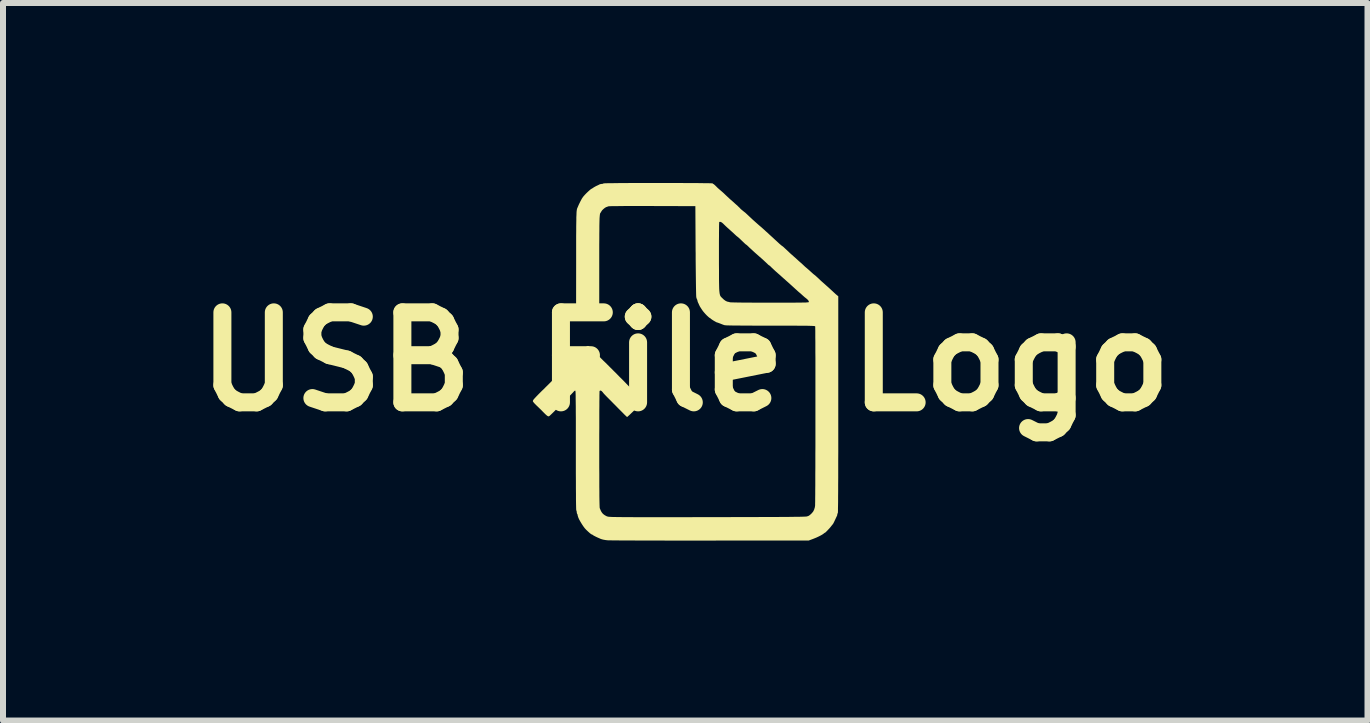
<source format=kicad_pcb>
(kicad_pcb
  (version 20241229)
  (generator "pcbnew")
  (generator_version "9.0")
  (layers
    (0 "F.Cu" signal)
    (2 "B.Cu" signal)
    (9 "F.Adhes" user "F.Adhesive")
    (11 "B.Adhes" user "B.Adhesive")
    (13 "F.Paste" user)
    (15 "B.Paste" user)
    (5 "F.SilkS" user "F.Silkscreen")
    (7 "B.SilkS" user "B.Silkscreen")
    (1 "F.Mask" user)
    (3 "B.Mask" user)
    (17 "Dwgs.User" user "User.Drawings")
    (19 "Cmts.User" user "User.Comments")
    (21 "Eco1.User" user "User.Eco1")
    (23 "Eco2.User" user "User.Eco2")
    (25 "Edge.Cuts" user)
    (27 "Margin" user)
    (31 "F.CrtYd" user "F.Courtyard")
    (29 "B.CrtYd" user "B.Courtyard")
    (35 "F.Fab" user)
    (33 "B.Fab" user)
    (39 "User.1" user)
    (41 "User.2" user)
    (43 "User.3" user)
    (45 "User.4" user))
  (footprint "USB File Logo"
    (layer "F.Cu")
    (at 8.371 2.978)
    (property "Reference" "USB File Logo" (at 0 0 0) (layer "F.SilkS") (effects (font (size 1.5 1.5) (thickness 0.3))))
    (attr board_only exclude_from_pos_files exclude_from_bom)
    (fp_poly (pts (xy -0.395 -2.978) (xy -0.295 -2.978) (xy -0.196 -2.978) (xy -0.1 -2.978) (xy -0.008 -2.977) (xy 0.079 -2.977) (xy 0.159 -2.977) (xy 0.233 -2.976) (xy 0.298 -2.975) (xy 0.353 -2.974) (xy 0.398 -2.974) (xy 0.431 -2.973) (xy 0.451 -2.972) (xy 0.458 -2.971) (xy 0.463 -2.963) (xy 0.466 -2.963) (xy 0.475 -2.958) (xy 0.491 -2.945) (xy 0.511 -2.926) (xy 0.518 -2.919) (xy 0.543 -2.894) (xy 0.568 -2.872) (xy 0.588 -2.855) (xy 0.59 -2.853) (xy 0.61 -2.836) (xy 0.635 -2.814) (xy 0.656 -2.794) (xy 0.679 -2.772) (xy 0.709 -2.744) (xy 0.739 -2.716) (xy 0.75 -2.706) (xy 0.795 -2.667) (xy 0.83 -2.635) (xy 0.856 -2.612) (xy 0.876 -2.594) (xy 0.89 -2.58) (xy 0.901 -2.57) (xy 0.909 -2.562) (xy 0.914 -2.556) (xy 0.93 -2.54) (xy 0.953 -2.521) (xy 0.975 -2.503) (xy 1.002 -2.482) (xy 1.029 -2.457) (xy 1.046 -2.441) (xy 1.066 -2.422) (xy 1.094 -2.396) (xy 1.127 -2.365) (xy 1.164 -2.332) (xy 1.2 -2.3) (xy 1.234 -2.27) (xy 1.252 -2.255) (xy 1.273 -2.237) (xy 1.301 -2.212) (xy 1.33 -2.186) (xy 1.34 -2.176) (xy 1.37 -2.15) (xy 1.405 -2.117) (xy 1.44 -2.085) (xy 1.46 -2.067) (xy 1.491 -2.038) (xy 1.524 -2.008) (xy 1.552 -1.982) (xy 1.568 -1.967) (xy 1.589 -1.949) (xy 1.606 -1.935) (xy 1.615 -1.928) (xy 1.616 -1.928) (xy 1.623 -1.923) (xy 1.639 -1.91) (xy 1.66 -1.89) (xy 1.683 -1.869) (xy 1.712 -1.842) (xy 1.74 -1.815) (xy 1.765 -1.792) (xy 1.778 -1.781) (xy 1.797 -1.765) (xy 1.81 -1.752) (xy 1.815 -1.748) (xy 1.822 -1.742) (xy 1.838 -1.728) (xy 1.86 -1.708) (xy 1.886 -1.684) (xy 1.886 -1.684) (xy 1.915 -1.658) (xy 1.943 -1.634) (xy 1.965 -1.613) (xy 1.977 -1.602) (xy 1.998 -1.582) (xy 2.023 -1.561) (xy 2.03 -1.555) (xy 2.052 -1.536) (xy 2.078 -1.513) (xy 2.093 -1.499) (xy 2.116 -1.478) (xy 2.139 -1.458) (xy 2.152 -1.448) (xy 2.171 -1.433) (xy 2.195 -1.411) (xy 2.216 -1.392) (xy 2.236 -1.373) (xy 2.263 -1.347) (xy 2.296 -1.318) (xy 2.331 -1.287) (xy 2.344 -1.275) (xy 2.377 -1.246) (xy 2.409 -1.217) (xy 2.437 -1.191) (xy 2.458 -1.172) (xy 2.464 -1.166) (xy 2.488 -1.144) (xy 2.512 -1.122) (xy 2.523 -1.113) (xy 2.551 -1.09) (xy 2.551 0.713) (xy 2.551 0.932) (xy 2.551 1.135) (xy 2.551 1.324) (xy 2.551 1.499) (xy 2.55 1.659) (xy 2.55 1.805) (xy 2.55 1.938) (xy 2.549 2.056) (xy 2.549 2.16) (xy 2.548 2.251) (xy 2.548 2.329) (xy 2.547 2.393) (xy 2.546 2.444) (xy 2.546 2.483) (xy 2.545 2.508) (xy 2.544 2.521) (xy 2.543 2.523) (xy 2.536 2.537) (xy 2.535 2.545) (xy 2.532 2.563) (xy 2.529 2.571) (xy 2.522 2.584) (xy 2.512 2.606) (xy 2.499 2.634) (xy 2.494 2.644) (xy 2.481 2.672) (xy 2.47 2.693) (xy 2.463 2.706) (xy 2.461 2.708) (xy 2.454 2.716) (xy 2.442 2.731) (xy 2.435 2.74) (xy 2.421 2.758) (xy 2.402 2.78) (xy 2.38 2.803) (xy 2.36 2.824) (xy 2.343 2.841) (xy 2.332 2.85) (xy 2.33 2.851) (xy 2.321 2.855) (xy 2.31 2.864) (xy 2.291 2.878) (xy 2.262 2.895) (xy 2.225 2.914) (xy 2.184 2.933) (xy 2.142 2.95) (xy 2.124 2.957) (xy 2.059 2.981) (xy 0.409 2.982) (xy 0.252 2.982) (xy 0.098 2.982) (xy -0.051 2.982) (xy -0.195 2.982) (xy -0.334 2.982) (xy -0.466 2.981) (xy -0.591 2.981) (xy -0.709 2.981) (xy -0.817 2.981) (xy -0.917 2.98) (xy -1.007 2.98) (xy -1.086 2.98) (xy -1.153 2.979) (xy -1.209 2.979) (xy -1.252 2.978) (xy -1.281 2.978) (xy -1.297 2.977) (xy -1.298 2.977) (xy -1.331 2.973) (xy -1.364 2.967) (xy -1.388 2.961) (xy -1.409 2.954) (xy -1.436 2.942) (xy -1.466 2.929) (xy -1.495 2.915) (xy -1.52 2.902) (xy -1.537 2.892) (xy -1.544 2.886) (xy -1.553 2.881) (xy -1.556 2.881) (xy -1.568 2.875) (xy -1.589 2.859) (xy -1.618 2.833) (xy -1.649 2.804) (xy -1.674 2.777) (xy -1.7 2.742) (xy -1.725 2.704) (xy -1.749 2.664) (xy -1.77 2.626) (xy -1.784 2.593) (xy -1.792 2.567) (xy -1.793 2.559) (xy -1.796 2.544) (xy -1.8 2.539) (xy -1.805 2.529) (xy -1.808 2.511) (xy -1.808 2.509) (xy -1.81 2.491) (xy -1.815 2.48) (xy -1.815 2.479) (xy -1.817 2.471) (xy -1.818 2.448) (xy -1.819 2.409) (xy -1.82 2.356) (xy -1.821 2.288) (xy -1.821 2.205) (xy -1.822 2.107) (xy -1.822 1.994) (xy -1.823 1.866) (xy -1.823 1.723) (xy -1.823 1.565) (xy -1.823 1.483) (xy -1.823 1.327) (xy -1.823 1.185) (xy -1.823 1.058) (xy -1.823 0.944) (xy -1.824 0.844) (xy -1.824 0.757) (xy -1.825 0.683) (xy -1.826 0.621) (xy -1.826 0.571) (xy -1.827 0.533) (xy -1.828 0.506) (xy -1.83 0.49) (xy -1.831 0.484) (xy -1.839 0.483) (xy -1.853 0.493) (xy -1.861 0.503) (xy -1.874 0.517) (xy -1.895 0.539) (xy -1.923 0.568) (xy -1.957 0.602) (xy -1.994 0.64) (xy -2.034 0.681) (xy -2.075 0.722) (xy -2.116 0.762) (xy -2.154 0.8) (xy -2.189 0.835) (xy -2.219 0.864) (xy -2.242 0.886) (xy -2.258 0.901) (xy -2.263 0.905) (xy -2.273 0.911) (xy -2.283 0.911) (xy -2.295 0.906) (xy -2.311 0.894) (xy -2.333 0.874) (xy -2.363 0.844) (xy -2.368 0.839) (xy -2.399 0.807) (xy -2.433 0.774) (xy -2.465 0.743) (xy -2.481 0.728) (xy -2.505 0.704) (xy -2.524 0.683) (xy -2.536 0.667) (xy -2.539 0.662) (xy -2.539 0.654) (xy -2.535 0.643) (xy -2.525 0.628) (xy -2.507 0.608) (xy -2.48 0.579) (xy -2.474 0.573) (xy -2.446 0.544) (xy -2.42 0.518) (xy -2.398 0.496) (xy -2.384 0.482) (xy -2.383 0.481) (xy -2.373 0.472) (xy -2.353 0.453) (xy -2.326 0.425) (xy -2.291 0.391) (xy -2.251 0.351) (xy -2.206 0.306) (xy -2.157 0.257) (xy -2.106 0.206) (xy -2.053 0.154) (xy -2.001 0.102) (xy -1.95 0.051) (xy -1.901 0.002) (xy -1.856 -0.044) (xy -1.815 -0.084) (xy -1.781 -0.119) (xy -1.753 -0.147) (xy -1.733 -0.167) (xy -1.724 -0.177) (xy -1.689 -0.213) (xy -1.662 -0.238) (xy -1.642 -0.254) (xy -1.627 -0.261) (xy -1.62 -0.262) (xy -1.609 -0.259) (xy -1.594 -0.248) (xy -1.572 -0.229) (xy -1.543 -0.2) (xy -1.512 -0.167) (xy -1.475 -0.129) (xy -1.436 -0.089) (xy -1.398 -0.05) (xy -1.364 -0.016) (xy -1.351 -0.004) (xy -1.328 0.018) (xy -1.298 0.048) (xy -1.263 0.083) (xy -1.224 0.122) (xy -1.182 0.164) (xy -1.139 0.207) (xy -1.097 0.25) (xy -1.057 0.29) (xy -1.02 0.327) (xy -0.988 0.36) (xy -0.963 0.386) (xy -0.946 0.403) (xy -0.939 0.411) (xy -0.927 0.423) (xy -0.92 0.428) (xy -0.913 0.433) (xy -0.898 0.447) (xy -0.876 0.468) (xy -0.849 0.495) (xy -0.823 0.521) (xy -0.793 0.552) (xy -0.766 0.578) (xy -0.744 0.599) (xy -0.729 0.611) (xy -0.723 0.615) (xy -0.714 0.621) (xy -0.706 0.636) (xy -0.705 0.638) (xy -0.696 0.661) (xy -0.83 0.792) (xy -0.866 0.828) (xy -0.9 0.86) (xy -0.928 0.887) (xy -0.95 0.907) (xy -0.964 0.919) (xy -0.969 0.923) (xy -0.975 0.918) (xy -0.991 0.903) (xy -1.014 0.881) (xy -1.043 0.851) (xy -1.077 0.817) (xy -1.115 0.779) (xy -1.115 0.779) (xy -1.156 0.737) (xy -1.196 0.697) (xy -1.233 0.659) (xy -1.266 0.626) (xy -1.292 0.6) (xy -1.306 0.586) (xy -1.331 0.56) (xy -1.355 0.535) (xy -1.372 0.514) (xy -1.376 0.508) (xy -1.395 0.489) (xy -1.411 0.481) (xy -1.424 0.485) (xy -1.428 0.492) (xy -1.429 0.501) (xy -1.429 0.524) (xy -1.43 0.56) (xy -1.43 0.608) (xy -1.431 0.668) (xy -1.431 0.738) (xy -1.432 0.818) (xy -1.432 0.907) (xy -1.432 1.003) (xy -1.432 1.107) (xy -1.433 1.216) (xy -1.433 1.33) (xy -1.433 1.449) (xy -1.433 1.463) (xy -1.433 1.615) (xy -1.433 1.752) (xy -1.432 1.875) (xy -1.432 1.984) (xy -1.432 2.081) (xy -1.431 2.165) (xy -1.431 2.237) (xy -1.43 2.297) (xy -1.429 2.346) (xy -1.428 2.385) (xy -1.427 2.414) (xy -1.426 2.432) (xy -1.425 2.442) (xy -1.424 2.443) (xy -1.41 2.477) (xy -1.398 2.501) (xy -1.386 2.519) (xy -1.373 2.534) (xy -1.367 2.54) (xy -1.343 2.558) (xy -1.313 2.575) (xy -1.302 2.579) (xy -1.297 2.581) (xy -1.291 2.582) (xy -1.284 2.584) (xy -1.275 2.585) (xy -1.263 2.586) (xy -1.248 2.587) (xy -1.228 2.588) (xy -1.205 2.589) (xy -1.176 2.589) (xy -1.141 2.59) (xy -1.1 2.59) (xy -1.052 2.591) (xy -0.996 2.591) (xy -0.933 2.591) (xy -0.86 2.592) (xy -0.779 2.592) (xy -0.687 2.592) (xy -0.585 2.592) (xy -0.472 2.592) (xy -0.347 2.592) (xy -0.209 2.592) (xy -0.059 2.592) (xy 0.105 2.592) (xy 0.283 2.591) (xy 0.362 2.591) (xy 0.555 2.591) (xy 0.734 2.591) (xy 0.899 2.59) (xy 1.05 2.59) (xy 1.188 2.59) (xy 1.313 2.589) (xy 1.427 2.589) (xy 1.529 2.589) (xy 1.62 2.588) (xy 1.7 2.588) (xy 1.77 2.587) (xy 1.831 2.586) (xy 1.882 2.586) (xy 1.925 2.585) (xy 1.96 2.584) (xy 1.987 2.583) (xy 2.007 2.582) (xy 2.02 2.581) (xy 2.027 2.58) (xy 2.053 2.572) (xy 2.075 2.558) (xy 2.1 2.536) (xy 2.104 2.532) (xy 2.131 2.501) (xy 2.148 2.468) (xy 2.16 2.429) (xy 2.164 2.403) (xy 2.165 2.392) (xy 2.165 2.366) (xy 2.166 2.328) (xy 2.166 2.277) (xy 2.167 2.215) (xy 2.167 2.143) (xy 2.168 2.061) (xy 2.168 1.97) (xy 2.168 1.871) (xy 2.169 1.766) (xy 2.169 1.654) (xy 2.169 1.537) (xy 2.17 1.416) (xy 2.17 1.291) (xy 2.17 1.164) (xy 2.17 1.035) (xy 2.17 0.905) (xy 2.17 0.775) (xy 2.17 0.646) (xy 2.17 0.519) (xy 2.17 0.395) (xy 2.17 0.273) (xy 2.17 0.157) (xy 2.17 0.045) (xy 2.17 -0.06) (xy 2.169 -0.158) (xy 2.169 -0.249) (xy 2.169 -0.331) (xy 2.168 -0.403) (xy 2.168 -0.464) (xy 2.168 -0.515) (xy 2.167 -0.553) (xy 2.167 -0.578) (xy 2.166 -0.589) (xy 2.166 -0.589) (xy 2.163 -0.591) (xy 2.158 -0.592) (xy 2.148 -0.594) (xy 2.133 -0.595) (xy 2.112 -0.596) (xy 2.085 -0.597) (xy 2.05 -0.598) (xy 2.007 -0.599) (xy 1.955 -0.599) (xy 1.892 -0.599) (xy 1.819 -0.6) (xy 1.734 -0.6) (xy 1.636 -0.6) (xy 1.525 -0.6) (xy 1.42 -0.6) (xy 1.285 -0.6) (xy 1.166 -0.6) (xy 1.06 -0.601) (xy 0.967 -0.601) (xy 0.888 -0.602) (xy 0.821 -0.602) (xy 0.766 -0.603) (xy 0.722 -0.604) (xy 0.69 -0.605) (xy 0.667 -0.607) (xy 0.655 -0.608) (xy 0.653 -0.609) (xy 0.631 -0.616) (xy 0.603 -0.627) (xy 0.583 -0.635) (xy 0.559 -0.644) (xy 0.54 -0.651) (xy 0.532 -0.653) (xy 0.522 -0.656) (xy 0.504 -0.666) (xy 0.481 -0.679) (xy 0.458 -0.693) (xy 0.438 -0.707) (xy 0.424 -0.717) (xy 0.42 -0.722) (xy 0.414 -0.727) (xy 0.411 -0.728) (xy 0.401 -0.733) (xy 0.384 -0.748) (xy 0.362 -0.768) (xy 0.338 -0.793) (xy 0.315 -0.819) (xy 0.295 -0.843) (xy 0.281 -0.863) (xy 0.262 -0.892) (xy 0.25 -0.911) (xy 0.242 -0.924) (xy 0.237 -0.935) (xy 0.232 -0.945) (xy 0.232 -0.945) (xy 0.223 -0.966) (xy 0.213 -0.986) (xy 0.206 -1.005) (xy 0.203 -1.02) (xy 0.199 -1.035) (xy 0.196 -1.039) (xy 0.191 -1.051) (xy 0.185 -1.071) (xy 0.184 -1.08) (xy 0.183 -1.092) (xy 0.182 -1.118) (xy 0.181 -1.157) (xy 0.18 -1.208) (xy 0.179 -1.27) (xy 0.178 -1.341) (xy 0.177 -1.42) (xy 0.176 -1.507) (xy 0.175 -1.601) (xy 0.174 -1.7) (xy 0.174 -1.803) (xy 0.173 -1.847) (xy 0.562 -1.847) (xy 0.562 -1.756) (xy 0.562 -1.736) (xy 0.562 -1.625) (xy 0.563 -1.528) (xy 0.563 -1.445) (xy 0.563 -1.373) (xy 0.564 -1.312) (xy 0.565 -1.26) (xy 0.566 -1.218) (xy 0.568 -1.184) (xy 0.571 -1.156) (xy 0.574 -1.134) (xy 0.578 -1.117) (xy 0.582 -1.103) (xy 0.588 -1.092) (xy 0.594 -1.083) (xy 0.602 -1.075) (xy 0.61 -1.066) (xy 0.614 -1.063) (xy 0.643 -1.035) (xy 0.672 -1.014) (xy 0.699 -1.001) (xy 0.714 -0.998) (xy 0.733 -0.994) (xy 0.743 -0.99) (xy 0.752 -0.989) (xy 0.776 -0.988) (xy 0.814 -0.987) (xy 0.866 -0.986) (xy 0.93 -0.985) (xy 1.007 -0.984) (xy 1.096 -0.984) (xy 1.196 -0.983) (xy 1.307 -0.983) (xy 1.405 -0.983) (xy 1.52 -0.983) (xy 1.621 -0.983) (xy 1.709 -0.983) (xy 1.785 -0.983) (xy 1.849 -0.984) (xy 1.903 -0.984) (xy 1.947 -0.985) (xy 1.982 -0.985) (xy 2.01 -0.986) (xy 2.03 -0.988) (xy 2.044 -0.989) (xy 2.054 -0.99) (xy 2.059 -0.992) (xy 2.06 -0.994) (xy 2.059 -1.01) (xy 2.043 -1.031) (xy 2.015 -1.056) (xy 2.013 -1.057) (xy 1.99 -1.075) (xy 1.964 -1.098) (xy 1.953 -1.108) (xy 1.932 -1.127) (xy 1.913 -1.144) (xy 1.904 -1.151) (xy 1.89 -1.163) (xy 1.87 -1.181) (xy 1.846 -1.203) (xy 1.841 -1.207) (xy 1.815 -1.231) (xy 1.782 -1.261) (xy 1.75 -1.29) (xy 1.737 -1.302) (xy 1.71 -1.326) (xy 1.685 -1.348) (xy 1.665 -1.366) (xy 1.658 -1.373) (xy 1.642 -1.386) (xy 1.62 -1.406) (xy 1.594 -1.429) (xy 1.586 -1.437) (xy 1.542 -1.475) (xy 1.507 -1.506) (xy 1.481 -1.53) (xy 1.46 -1.55) (xy 1.442 -1.566) (xy 1.432 -1.577) (xy 1.415 -1.593) (xy 1.403 -1.603) (xy 1.399 -1.605) (xy 1.391 -1.61) (xy 1.377 -1.622) (xy 1.374 -1.626) (xy 1.354 -1.645) (xy 1.327 -1.67) (xy 1.297 -1.698) (xy 1.269 -1.723) (xy 1.246 -1.744) (xy 1.241 -1.747) (xy 1.222 -1.764) (xy 1.195 -1.788) (xy 1.163 -1.816) (xy 1.129 -1.847) (xy 1.098 -1.876) (xy 1.07 -1.901) (xy 1.051 -1.92) (xy 1.049 -1.922) (xy 1.032 -1.938) (xy 1.02 -1.948) (xy 1.016 -1.95) (xy 1.009 -1.955) (xy 0.993 -1.969) (xy 0.972 -1.989) (xy 0.949 -2.011) (xy 0.923 -2.036) (xy 0.899 -2.059) (xy 0.879 -2.076) (xy 0.87 -2.083) (xy 0.851 -2.098) (xy 0.833 -2.115) (xy 0.82 -2.127) (xy 0.799 -2.147) (xy 0.772 -2.171) (xy 0.742 -2.198) (xy 0.735 -2.205) (xy 0.704 -2.232) (xy 0.675 -2.259) (xy 0.651 -2.282) (xy 0.635 -2.298) (xy 0.633 -2.3) (xy 0.612 -2.318) (xy 0.592 -2.329) (xy 0.575 -2.331) (xy 0.566 -2.326) (xy 0.566 -2.317) (xy 0.565 -2.294) (xy 0.564 -2.259) (xy 0.564 -2.213) (xy 0.563 -2.155) (xy 0.563 -2.089) (xy 0.562 -2.015) (xy 0.562 -1.934) (xy 0.562 -1.847) (xy 0.173 -1.847) (xy 0.173 -1.853) (xy 0.169 -2.592) (xy -0.555 -2.594) (xy -0.693 -2.594) (xy -0.816 -2.594) (xy -0.926 -2.594) (xy -1.021 -2.594) (xy -1.102 -2.593) (xy -1.168 -2.592) (xy -1.22 -2.592) (xy -1.257 -2.591) (xy -1.279 -2.589) (xy -1.286 -2.588) (xy -1.3 -2.581) (xy -1.305 -2.58) (xy -1.32 -2.575) (xy -1.341 -2.562) (xy -1.363 -2.544) (xy -1.383 -2.525) (xy -1.395 -2.509) (xy -1.395 -2.509) (xy -1.404 -2.492) (xy -1.41 -2.483) (xy -1.411 -2.483) (xy -1.414 -2.479) (xy -1.417 -2.473) (xy -1.42 -2.465) (xy -1.422 -2.453) (xy -1.424 -2.436) (xy -1.426 -2.415) (xy -1.428 -2.387) (xy -1.429 -2.353) (xy -1.43 -2.311) (xy -1.431 -2.261) (xy -1.431 -2.201) (xy -1.432 -2.131) (xy -1.432 -2.051) (xy -1.433 -1.958) (xy -1.433 -1.853) (xy -1.433 -1.735) (xy -1.433 -1.611) (xy -1.433 -0.804) (xy -1.461 -0.802) (xy -1.477 -0.801) (xy -1.505 -0.801) (xy -1.543 -0.801) (xy -1.587 -0.801) (xy -1.636 -0.802) (xy -1.654 -0.803) (xy -1.819 -0.806) (xy -1.818 -1.643) (xy -1.818 -1.777) (xy -1.818 -1.896) (xy -1.818 -2.002) (xy -1.818 -2.096) (xy -1.817 -2.178) (xy -1.817 -2.249) (xy -1.816 -2.311) (xy -1.815 -2.363) (xy -1.815 -2.406) (xy -1.813 -2.443) (xy -1.812 -2.472) (xy -1.811 -2.496) (xy -1.809 -2.514) (xy -1.807 -2.529) (xy -1.805 -2.54) (xy -1.803 -2.549) (xy -1.801 -2.554) (xy -1.772 -2.621) (xy -1.746 -2.674) (xy -1.723 -2.717) (xy -1.701 -2.749) (xy -1.694 -2.757) (xy -1.673 -2.781) (xy -1.649 -2.806) (xy -1.623 -2.831) (xy -1.599 -2.853) (xy -1.579 -2.87) (xy -1.566 -2.879) (xy -1.563 -2.881) (xy -1.554 -2.885) (xy -1.539 -2.895) (xy -1.535 -2.898) (xy -1.514 -2.911) (xy -1.487 -2.926) (xy -1.474 -2.932) (xy -1.45 -2.943) (xy -1.431 -2.953) (xy -1.424 -2.956) (xy -1.406 -2.961) (xy -1.388 -2.963) (xy -1.371 -2.965) (xy -1.362 -2.971) (xy -1.354 -2.972) (xy -1.332 -2.973) (xy -1.297 -2.974) (xy -1.251 -2.975) (xy -1.194 -2.975) (xy -1.128 -2.976) (xy -1.054 -2.977) (xy -0.972 -2.977) (xy -0.885 -2.978) (xy -0.792 -2.978) (xy -0.696 -2.978) (xy -0.597 -2.978) (xy -0.496 -2.978)) (stroke (width 0) (type solid)) (fill yes) (layer "F.SilkS")))
  (gr_rect
    (start -3 -3)
    (end 19.743 8.96)
    (stroke (width 0.1) (type default))
    (fill no)
    (layer "Edge.Cuts")))
</source>
